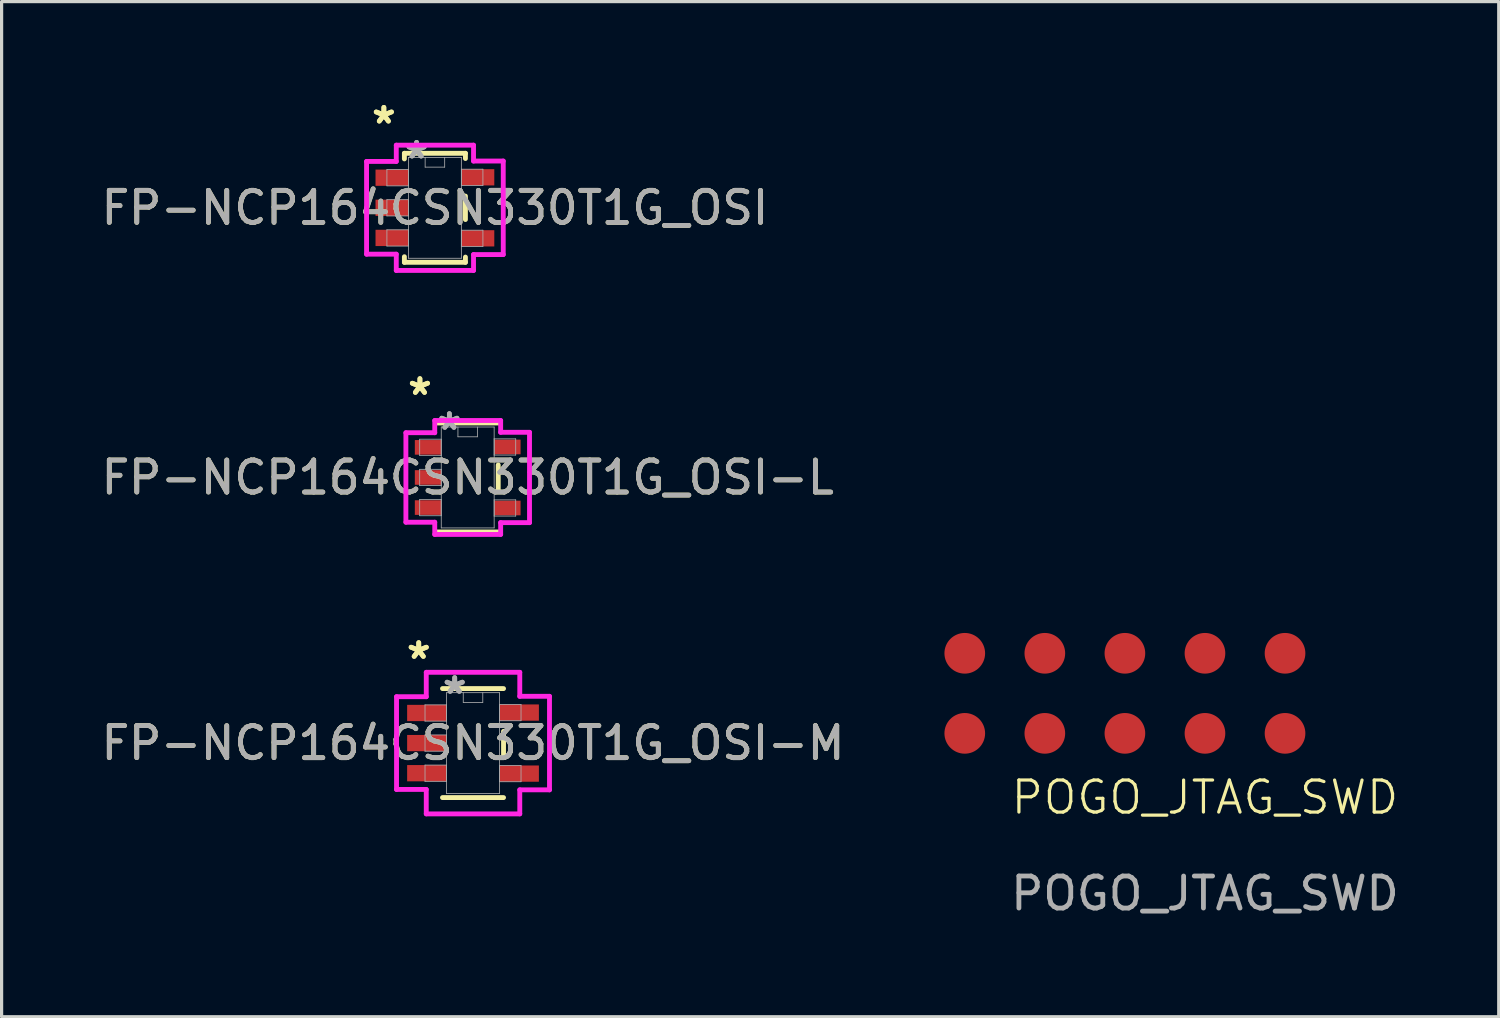
<source format=kicad_pcb>
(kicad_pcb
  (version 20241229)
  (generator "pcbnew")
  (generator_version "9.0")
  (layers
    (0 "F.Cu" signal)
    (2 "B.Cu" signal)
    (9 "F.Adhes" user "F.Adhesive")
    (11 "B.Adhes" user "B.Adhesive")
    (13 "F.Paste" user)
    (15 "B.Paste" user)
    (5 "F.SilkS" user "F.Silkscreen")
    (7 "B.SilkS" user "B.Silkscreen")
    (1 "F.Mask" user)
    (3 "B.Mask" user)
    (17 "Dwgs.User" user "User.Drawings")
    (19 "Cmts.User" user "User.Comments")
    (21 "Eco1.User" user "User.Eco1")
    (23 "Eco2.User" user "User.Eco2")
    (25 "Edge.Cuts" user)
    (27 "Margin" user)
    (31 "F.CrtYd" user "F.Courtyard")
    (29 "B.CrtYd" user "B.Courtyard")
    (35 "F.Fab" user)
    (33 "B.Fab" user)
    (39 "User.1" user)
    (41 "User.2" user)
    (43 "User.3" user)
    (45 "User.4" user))
  (footprint "FP-NCP164CSN330T1G_OSI-L"
    (layer "F.Cu")
    (at 11.554 11.859)
    (property "Reference" "FP-NCP164CSN330T1G_OSI-L" (at 0 0 0) (unlocked yes) (layer "F.SilkS") (effects (font (size 1 1) (thickness 0.15))))
    (attr smd)
    (fp_line (start -0.953 1.702) (end 0.953 1.702) (stroke (width 0.152) (type solid)) (layer "F.SilkS"))
    (fp_line (start 0.953 -1.702) (end -0.953 -1.702) (stroke (width 0.152) (type solid)) (layer "F.SilkS"))
    (fp_line (start 0.953 0.391) (end 0.953 -0.391) (stroke (width 0.152) (type solid)) (layer "F.SilkS"))
    (fp_line (start -1.93 -1.397) (end -1.029 -1.397) (stroke (width 0.152) (type solid)) (layer "F.CrtYd"))
    (fp_line (start -1.93 1.397) (end -1.93 -1.397) (stroke (width 0.152) (type solid)) (layer "F.CrtYd"))
    (fp_line (start -1.029 -1.778) (end 1.029 -1.778) (stroke (width 0.152) (type solid)) (layer "F.CrtYd"))
    (fp_line (start -1.029 -1.397) (end -1.029 -1.778) (stroke (width 0.152) (type solid)) (layer "F.CrtYd"))
    (fp_line (start -1.029 1.397) (end -1.93 1.397) (stroke (width 0.152) (type solid)) (layer "F.CrtYd"))
    (fp_line (start -1.029 1.778) (end -1.029 1.397) (stroke (width 0.152) (type solid)) (layer "F.CrtYd"))
    (fp_line (start 1.029 -1.778) (end 1.029 -1.41) (stroke (width 0.152) (type solid)) (layer "F.CrtYd"))
    (fp_line (start 1.029 -1.41) (end 1.93 -1.41) (stroke (width 0.152) (type solid)) (layer "F.CrtYd"))
    (fp_line (start 1.029 1.41) (end 1.029 1.778) (stroke (width 0.152) (type solid)) (layer "F.CrtYd"))
    (fp_line (start 1.029 1.778) (end -1.029 1.778) (stroke (width 0.152) (type solid)) (layer "F.CrtYd"))
    (fp_line (start 1.93 -1.41) (end 1.93 1.41) (stroke (width 0.152) (type solid)) (layer "F.CrtYd"))
    (fp_line (start 1.93 1.41) (end 1.029 1.41) (stroke (width 0.152) (type solid)) (layer "F.CrtYd"))
    (fp_line (start -1.499 -1.194) (end -1.499 -0.686) (stroke (width 0.025) (type solid)) (layer "F.Fab"))
    (fp_line (start -1.499 -0.686) (end -0.826 -0.686) (stroke (width 0.025) (type solid)) (layer "F.Fab"))
    (fp_line (start -1.499 -0.254) (end -1.499 0.254) (stroke (width 0.025) (type solid)) (layer "F.Fab"))
    (fp_line (start -1.499 0.254) (end -0.826 0.254) (stroke (width 0.025) (type solid)) (layer "F.Fab"))
    (fp_line (start -1.499 0.686) (end -1.499 1.194) (stroke (width 0.025) (type solid)) (layer "F.Fab"))
    (fp_line (start -1.499 1.194) (end -0.826 1.194) (stroke (width 0.025) (type solid)) (layer "F.Fab"))
    (fp_line (start -0.826 -1.575) (end -0.826 1.575) (stroke (width 0.025) (type solid)) (layer "F.Fab"))
    (fp_line (start -0.826 -1.194) (end -1.499 -1.194) (stroke (width 0.025) (type solid)) (layer "F.Fab"))
    (fp_line (start -0.826 -0.686) (end -0.826 -1.194) (stroke (width 0.025) (type solid)) (layer "F.Fab"))
    (fp_line (start -0.826 -0.254) (end -1.499 -0.254) (stroke (width 0.025) (type solid)) (layer "F.Fab"))
    (fp_line (start -0.826 0.254) (end -0.826 -0.254) (stroke (width 0.025) (type solid)) (layer "F.Fab"))
    (fp_line (start -0.826 0.686) (end -1.499 0.686) (stroke (width 0.025) (type solid)) (layer "F.Fab"))
    (fp_line (start -0.826 1.194) (end -0.826 0.686) (stroke (width 0.025) (type solid)) (layer "F.Fab"))
    (fp_line (start -0.826 1.575) (end 0.826 1.575) (stroke (width 0.025) (type solid)) (layer "F.Fab"))
    (fp_line (start -0.305 -1.27) (end -0.305 -1.575) (stroke (width 0.025) (type solid)) (layer "F.Fab"))
    (fp_line (start 0.305 -1.575) (end 0.305 -1.27) (stroke (width 0.025) (type solid)) (layer "F.Fab"))
    (fp_line (start 0.305 -1.27) (end -0.305 -1.27) (stroke (width 0.025) (type solid)) (layer "F.Fab"))
    (fp_line (start 0.826 -1.575) (end -0.826 -1.575) (stroke (width 0.025) (type solid)) (layer "F.Fab"))
    (fp_line (start 0.826 -1.206) (end 0.826 -0.699) (stroke (width 0.025) (type solid)) (layer "F.Fab"))
    (fp_line (start 0.826 -0.699) (end 1.499 -0.699) (stroke (width 0.025) (type solid)) (layer "F.Fab"))
    (fp_line (start 0.826 0.699) (end 0.826 1.206) (stroke (width 0.025) (type solid)) (layer "F.Fab"))
    (fp_line (start 0.826 1.206) (end 1.499 1.206) (stroke (width 0.025) (type solid)) (layer "F.Fab"))
    (fp_line (start 0.826 1.575) (end 0.826 -1.575) (stroke (width 0.025) (type solid)) (layer "F.Fab"))
    (fp_line (start 1.499 -1.206) (end 0.826 -1.206) (stroke (width 0.025) (type solid)) (layer "F.Fab"))
    (fp_line (start 1.499 -0.699) (end 1.499 -1.206) (stroke (width 0.025) (type solid)) (layer "F.Fab"))
    (fp_line (start 1.499 0.699) (end 0.826 0.699) (stroke (width 0.025) (type solid)) (layer "F.Fab"))
    (fp_line (start 1.499 1.206) (end 1.499 0.699) (stroke (width 0.025) (type solid)) (layer "F.Fab"))
    (fp_text user "*" (at -1.492 -2.54 0) (unlocked yes) (layer "F.SilkS") (effects (font (size 1 1) (thickness 0.15))))
    (fp_text user "*" (at -1.492 -2.54 0) (layer "F.SilkS") (effects (font (size 1 1) (thickness 0.15))))
    (fp_text user "*" (at -0.572 -1.448 0) (unlocked yes) (layer "F.Fab") (effects (font (size 1 1) (thickness 0.15))))
    (fp_text user "*" (at -0.572 -1.448 0) (layer "F.Fab") (effects (font (size 1 1) (thickness 0.15))))
    (fp_text user "${REFERENCE}" (at 0 0 0) (unlocked yes) (layer "F.Fab") (effects (font (size 1 1) (thickness 0.15))))
    (pad "1" smd rect (at -1.238 -0.94) (size 0.826 0.457) (layers "F.Cu" "F.Mask" "F.Paste"))
    (pad "2" smd rect (at -1.238 0) (size 0.826 0.457) (layers "F.Cu" "F.Mask" "F.Paste"))
    (pad "3" smd rect (at -1.238 0.94) (size 0.826 0.457) (layers "F.Cu" "F.Mask" "F.Paste"))
    (pad "4" smd rect (at 1.238 0.953) (size 0.826 0.457) (layers "F.Cu" "F.Mask" "F.Paste"))
    (pad "5" smd rect (at 1.238 -0.953) (size 0.826 0.457) (layers "F.Cu" "F.Mask" "F.Paste")))
  (footprint "POGO_JTAG_SWD"
    (layer "F.Cu")
    (at 34.575 22.349)
    (property "Reference" "POGO_JTAG_SWD" (at 0 -0.5 0) (unlocked yes) (layer "F.SilkS") (effects (font (size 1 1) (thickness 0.1))))
    (attr smd)
    (fp_text user "${REFERENCE}" (at 0 2.5 0) (unlocked yes) (layer "F.Fab") (effects (font (size 1 1) (thickness 0.15))))
    (pad "1" smd circle (at -7.5 -5) (size 1.27 1.27) (layers "F.Cu" "F.Mask" "F.Paste"))
    (pad "2" smd circle (at -7.5 -2.5) (size 1.27 1.27) (layers "F.Cu" "F.Mask" "F.Paste"))
    (pad "3" smd circle (at -5 -5) (size 1.27 1.27) (layers "F.Cu" "F.Mask" "F.Paste"))
    (pad "4" smd circle (at -5 -2.5) (size 1.27 1.27) (layers "F.Cu" "F.Mask" "F.Paste"))
    (pad "5" smd circle (at -2.5 -5) (size 1.27 1.27) (layers "F.Cu" "F.Mask" "F.Paste"))
    (pad "6" smd circle (at -2.5 -2.5) (size 1.27 1.27) (layers "F.Cu" "F.Mask" "F.Paste"))
    (pad "7" smd circle (at 0 -5 90) (size 1.27 1.27) (layers "F.Cu" "F.Mask" "F.Paste"))
    (pad "8" smd circle (at 0 -2.5 270) (size 1.27 1.27) (layers "F.Cu" "F.Mask" "F.Paste"))
    (pad "9" smd circle (at 2.5 -5 90) (size 1.27 1.27) (layers "F.Cu" "F.Mask" "F.Paste"))
    (pad "10" smd circle (at 2.5 -2.5 270) (size 1.27 1.27) (layers "F.Cu" "F.Mask" "F.Paste")))
  (footprint "FP-NCP164CSN330T1G_OSI-M"
    (layer "F.Cu")
    (at 11.72 20.153)
    (property "Reference" "FP-NCP164CSN330T1G_OSI-M" (at 0 0 0) (unlocked yes) (layer "F.SilkS") (effects (font (size 1 1) (thickness 0.15))))
    (attr smd)
    (fp_line (start -0.953 1.702) (end 0.953 1.702) (stroke (width 0.152) (type solid)) (layer "F.SilkS"))
    (fp_line (start 0.953 -1.702) (end -0.953 -1.702) (stroke (width 0.152) (type solid)) (layer "F.SilkS"))
    (fp_line (start 0.953 0.366) (end 0.953 -0.366) (stroke (width 0.152) (type solid)) (layer "F.SilkS"))
    (fp_line (start -2.388 -1.448) (end -1.46 -1.448) (stroke (width 0.152) (type solid)) (layer "F.CrtYd"))
    (fp_line (start -2.388 1.448) (end -2.388 -1.448) (stroke (width 0.152) (type solid)) (layer "F.CrtYd"))
    (fp_line (start -1.46 -2.21) (end 1.46 -2.21) (stroke (width 0.152) (type solid)) (layer "F.CrtYd"))
    (fp_line (start -1.46 -1.448) (end -1.46 -2.21) (stroke (width 0.152) (type solid)) (layer "F.CrtYd"))
    (fp_line (start -1.46 1.448) (end -2.388 1.448) (stroke (width 0.152) (type solid)) (layer "F.CrtYd"))
    (fp_line (start -1.46 2.21) (end -1.46 1.448) (stroke (width 0.152) (type solid)) (layer "F.CrtYd"))
    (fp_line (start 1.46 -2.21) (end 1.46 -1.46) (stroke (width 0.152) (type solid)) (layer "F.CrtYd"))
    (fp_line (start 1.46 -1.46) (end 2.388 -1.46) (stroke (width 0.152) (type solid)) (layer "F.CrtYd"))
    (fp_line (start 1.46 1.46) (end 1.46 2.21) (stroke (width 0.152) (type solid)) (layer "F.CrtYd"))
    (fp_line (start 1.46 2.21) (end -1.46 2.21) (stroke (width 0.152) (type solid)) (layer "F.CrtYd"))
    (fp_line (start 2.388 -1.46) (end 2.388 1.46) (stroke (width 0.152) (type solid)) (layer "F.CrtYd"))
    (fp_line (start 2.388 1.46) (end 1.46 1.46) (stroke (width 0.152) (type solid)) (layer "F.CrtYd"))
    (fp_line (start -1.499 -1.194) (end -1.499 -0.686) (stroke (width 0.025) (type solid)) (layer "F.Fab"))
    (fp_line (start -1.499 -0.686) (end -0.826 -0.686) (stroke (width 0.025) (type solid)) (layer "F.Fab"))
    (fp_line (start -1.499 -0.254) (end -1.499 0.254) (stroke (width 0.025) (type solid)) (layer "F.Fab"))
    (fp_line (start -1.499 0.254) (end -0.826 0.254) (stroke (width 0.025) (type solid)) (layer "F.Fab"))
    (fp_line (start -1.499 0.686) (end -1.499 1.194) (stroke (width 0.025) (type solid)) (layer "F.Fab"))
    (fp_line (start -1.499 1.194) (end -0.826 1.194) (stroke (width 0.025) (type solid)) (layer "F.Fab"))
    (fp_line (start -0.826 -1.575) (end -0.826 1.575) (stroke (width 0.025) (type solid)) (layer "F.Fab"))
    (fp_line (start -0.826 -1.194) (end -1.499 -1.194) (stroke (width 0.025) (type solid)) (layer "F.Fab"))
    (fp_line (start -0.826 -0.686) (end -0.826 -1.194) (stroke (width 0.025) (type solid)) (layer "F.Fab"))
    (fp_line (start -0.826 -0.254) (end -1.499 -0.254) (stroke (width 0.025) (type solid)) (layer "F.Fab"))
    (fp_line (start -0.826 0.254) (end -0.826 -0.254) (stroke (width 0.025) (type solid)) (layer "F.Fab"))
    (fp_line (start -0.826 0.686) (end -1.499 0.686) (stroke (width 0.025) (type solid)) (layer "F.Fab"))
    (fp_line (start -0.826 1.194) (end -0.826 0.686) (stroke (width 0.025) (type solid)) (layer "F.Fab"))
    (fp_line (start -0.826 1.575) (end 0.826 1.575) (stroke (width 0.025) (type solid)) (layer "F.Fab"))
    (fp_line (start -0.305 -1.27) (end -0.305 -1.575) (stroke (width 0.025) (type solid)) (layer "F.Fab"))
    (fp_line (start 0.305 -1.575) (end 0.305 -1.27) (stroke (width 0.025) (type solid)) (layer "F.Fab"))
    (fp_line (start 0.305 -1.27) (end -0.305 -1.27) (stroke (width 0.025) (type solid)) (layer "F.Fab"))
    (fp_line (start 0.826 -1.575) (end -0.826 -1.575) (stroke (width 0.025) (type solid)) (layer "F.Fab"))
    (fp_line (start 0.826 -1.206) (end 0.826 -0.699) (stroke (width 0.025) (type solid)) (layer "F.Fab"))
    (fp_line (start 0.826 -0.699) (end 1.499 -0.699) (stroke (width 0.025) (type solid)) (layer "F.Fab"))
    (fp_line (start 0.826 0.699) (end 0.826 1.206) (stroke (width 0.025) (type solid)) (layer "F.Fab"))
    (fp_line (start 0.826 1.206) (end 1.499 1.206) (stroke (width 0.025) (type solid)) (layer "F.Fab"))
    (fp_line (start 0.826 1.575) (end 0.826 -1.575) (stroke (width 0.025) (type solid)) (layer "F.Fab"))
    (fp_line (start 1.499 -1.206) (end 0.826 -1.206) (stroke (width 0.025) (type solid)) (layer "F.Fab"))
    (fp_line (start 1.499 -0.699) (end 1.499 -1.206) (stroke (width 0.025) (type solid)) (layer "F.Fab"))
    (fp_line (start 1.499 0.699) (end 0.826 0.699) (stroke (width 0.025) (type solid)) (layer "F.Fab"))
    (fp_line (start 1.499 1.206) (end 1.499 0.699) (stroke (width 0.025) (type solid)) (layer "F.Fab"))
    (fp_text user "*" (at -1.695 -2.591 0) (unlocked yes) (layer "F.SilkS") (effects (font (size 1 1) (thickness 0.15))))
    (fp_text user "*" (at -1.695 -2.591 0) (layer "F.SilkS") (effects (font (size 1 1) (thickness 0.15))))
    (fp_text user "*" (at -0.572 -1.499 0) (unlocked yes) (layer "F.Fab") (effects (font (size 1 1) (thickness 0.15))))
    (fp_text user "${REFERENCE}" (at 0 0 0) (unlocked yes) (layer "F.Fab") (effects (font (size 1 1) (thickness 0.15))))
    (fp_text user "*" (at -0.572 -1.499 0) (layer "F.Fab") (effects (font (size 1 1) (thickness 0.15))))
    (pad "1" smd rect (at -1.441 -0.94) (size 1.232 0.508) (layers "F.Cu" "F.Mask" "F.Paste"))
    (pad "2" smd rect (at -1.441 0) (size 1.232 0.508) (layers "F.Cu" "F.Mask" "F.Paste"))
    (pad "3" smd rect (at -1.441 0.94) (size 1.232 0.508) (layers "F.Cu" "F.Mask" "F.Paste"))
    (pad "4" smd rect (at 1.441 0.953) (size 1.232 0.508) (layers "F.Cu" "F.Mask" "F.Paste"))
    (pad "5" smd rect (at 1.441 -0.953) (size 1.232 0.508) (layers "F.Cu" "F.Mask" "F.Paste")))
  (footprint "FP-NCP164CSN330T1G_OSI"
    (layer "F.Cu")
    (at 10.53 3.439)
    (property "Reference" "FP-NCP164CSN330T1G_OSI" (at 0 0 0) (unlocked yes) (layer "F.SilkS") (effects (font (size 1 1) (thickness 0.15))))
    (attr smd)
    (fp_line (start -0.953 -1.702) (end -0.953 -1.527) (stroke (width 0.152) (type solid)) (layer "F.SilkS"))
    (fp_line (start -0.953 1.527) (end -0.953 1.702) (stroke (width 0.152) (type solid)) (layer "F.SilkS"))
    (fp_line (start -0.953 1.702) (end 0.953 1.702) (stroke (width 0.152) (type solid)) (layer "F.SilkS"))
    (fp_line (start 0.953 -1.702) (end -0.953 -1.702) (stroke (width 0.152) (type solid)) (layer "F.SilkS"))
    (fp_line (start 0.953 -1.539) (end 0.953 -1.702) (stroke (width 0.152) (type solid)) (layer "F.SilkS"))
    (fp_line (start 0.953 0.366) (end 0.953 -0.366) (stroke (width 0.152) (type solid)) (layer "F.SilkS"))
    (fp_line (start 0.953 1.702) (end 0.953 1.539) (stroke (width 0.152) (type solid)) (layer "F.SilkS"))
    (fp_line (start -2.134 -1.448) (end -1.206 -1.448) (stroke (width 0.152) (type solid)) (layer "F.CrtYd"))
    (fp_line (start -2.134 1.448) (end -2.134 -1.448) (stroke (width 0.152) (type solid)) (layer "F.CrtYd"))
    (fp_line (start -1.206 -1.956) (end 1.206 -1.956) (stroke (width 0.152) (type solid)) (layer "F.CrtYd"))
    (fp_line (start -1.206 -1.448) (end -1.206 -1.956) (stroke (width 0.152) (type solid)) (layer "F.CrtYd"))
    (fp_line (start -1.206 1.448) (end -2.134 1.448) (stroke (width 0.152) (type solid)) (layer "F.CrtYd"))
    (fp_line (start -1.206 1.956) (end -1.206 1.448) (stroke (width 0.152) (type solid)) (layer "F.CrtYd"))
    (fp_line (start 1.206 -1.956) (end 1.206 -1.46) (stroke (width 0.152) (type solid)) (layer "F.CrtYd"))
    (fp_line (start 1.206 -1.46) (end 2.134 -1.46) (stroke (width 0.152) (type solid)) (layer "F.CrtYd"))
    (fp_line (start 1.206 1.46) (end 1.206 1.956) (stroke (width 0.152) (type solid)) (layer "F.CrtYd"))
    (fp_line (start 1.206 1.956) (end -1.206 1.956) (stroke (width 0.152) (type solid)) (layer "F.CrtYd"))
    (fp_line (start 2.134 -1.46) (end 2.134 1.46) (stroke (width 0.152) (type solid)) (layer "F.CrtYd"))
    (fp_line (start 2.134 1.46) (end 1.206 1.46) (stroke (width 0.152) (type solid)) (layer "F.CrtYd"))
    (fp_line (start -1.499 -1.194) (end -1.499 -0.686) (stroke (width 0.025) (type solid)) (layer "F.Fab"))
    (fp_line (start -1.499 -0.686) (end -0.826 -0.686) (stroke (width 0.025) (type solid)) (layer "F.Fab"))
    (fp_line (start -1.499 -0.254) (end -1.499 0.254) (stroke (width 0.025) (type solid)) (layer "F.Fab"))
    (fp_line (start -1.499 0.254) (end -0.826 0.254) (stroke (width 0.025) (type solid)) (layer "F.Fab"))
    (fp_line (start -1.499 0.686) (end -1.499 1.194) (stroke (width 0.025) (type solid)) (layer "F.Fab"))
    (fp_line (start -1.499 1.194) (end -0.826 1.194) (stroke (width 0.025) (type solid)) (layer "F.Fab"))
    (fp_line (start -0.826 -1.575) (end -0.826 1.575) (stroke (width 0.025) (type solid)) (layer "F.Fab"))
    (fp_line (start -0.826 -1.194) (end -1.499 -1.194) (stroke (width 0.025) (type solid)) (layer "F.Fab"))
    (fp_line (start -0.826 -0.686) (end -0.826 -1.194) (stroke (width 0.025) (type solid)) (layer "F.Fab"))
    (fp_line (start -0.826 -0.254) (end -1.499 -0.254) (stroke (width 0.025) (type solid)) (layer "F.Fab"))
    (fp_line (start -0.826 0.254) (end -0.826 -0.254) (stroke (width 0.025) (type solid)) (layer "F.Fab"))
    (fp_line (start -0.826 0.686) (end -1.499 0.686) (stroke (width 0.025) (type solid)) (layer "F.Fab"))
    (fp_line (start -0.826 1.194) (end -0.826 0.686) (stroke (width 0.025) (type solid)) (layer "F.Fab"))
    (fp_line (start -0.826 1.575) (end 0.826 1.575) (stroke (width 0.025) (type solid)) (layer "F.Fab"))
    (fp_line (start -0.305 -1.27) (end -0.305 -1.575) (stroke (width 0.025) (type solid)) (layer "F.Fab"))
    (fp_line (start 0.305 -1.575) (end 0.305 -1.27) (stroke (width 0.025) (type solid)) (layer "F.Fab"))
    (fp_line (start 0.305 -1.27) (end -0.305 -1.27) (stroke (width 0.025) (type solid)) (layer "F.Fab"))
    (fp_line (start 0.826 -1.575) (end -0.826 -1.575) (stroke (width 0.025) (type solid)) (layer "F.Fab"))
    (fp_line (start 0.826 -1.206) (end 0.826 -0.699) (stroke (width 0.025) (type solid)) (layer "F.Fab"))
    (fp_line (start 0.826 -0.699) (end 1.499 -0.699) (stroke (width 0.025) (type solid)) (layer "F.Fab"))
    (fp_line (start 0.826 0.699) (end 0.826 1.206) (stroke (width 0.025) (type solid)) (layer "F.Fab"))
    (fp_line (start 0.826 1.206) (end 1.499 1.206) (stroke (width 0.025) (type solid)) (layer "F.Fab"))
    (fp_line (start 0.826 1.575) (end 0.826 -1.575) (stroke (width 0.025) (type solid)) (layer "F.Fab"))
    (fp_line (start 1.499 -1.206) (end 0.826 -1.206) (stroke (width 0.025) (type solid)) (layer "F.Fab"))
    (fp_line (start 1.499 -0.699) (end 1.499 -1.206) (stroke (width 0.025) (type solid)) (layer "F.Fab"))
    (fp_line (start 1.499 0.699) (end 0.826 0.699) (stroke (width 0.025) (type solid)) (layer "F.Fab"))
    (fp_line (start 1.499 1.206) (end 1.499 0.699) (stroke (width 0.025) (type solid)) (layer "F.Fab"))
    (fp_text user "*" (at -1.594 -2.591 0) (unlocked yes) (layer "F.SilkS") (effects (font (size 1 1) (thickness 0.15))))
    (fp_text user "*" (at -1.594 -2.591 0) (layer "F.SilkS") (effects (font (size 1 1) (thickness 0.15))))
    (fp_text user "*" (at -0.572 -1.499 0) (unlocked yes) (layer "F.Fab") (effects (font (size 1 1) (thickness 0.15))))
    (fp_text user "*" (at -0.572 -1.499 0) (layer "F.Fab") (effects (font (size 1 1) (thickness 0.15))))
    (fp_text user "${REFERENCE}" (at 0 0 0) (unlocked yes) (layer "F.Fab") (effects (font (size 1 1) (thickness 0.15))))
    (pad "1" smd rect (at -1.34 -0.94) (size 1.029 0.508) (layers "F.Cu" "F.Mask" "F.Paste"))
    (pad "2" smd rect (at -1.34 0) (size 1.029 0.508) (layers "F.Cu" "F.Mask" "F.Paste"))
    (pad "3" smd rect (at -1.34 0.94) (size 1.029 0.508) (layers "F.Cu" "F.Mask" "F.Paste"))
    (pad "4" smd rect (at 1.34 0.953) (size 1.029 0.508) (layers "F.Cu" "F.Mask" "F.Paste"))
    (pad "5" smd rect (at 1.34 -0.953) (size 1.029 0.508) (layers "F.Cu" "F.Mask" "F.Paste")))
  (gr_rect
    (start -3 -3)
    (end 43.748 28.697)
    (stroke (width 0.1) (type default))
    (fill no)
    (layer "Edge.Cuts")))
</source>
